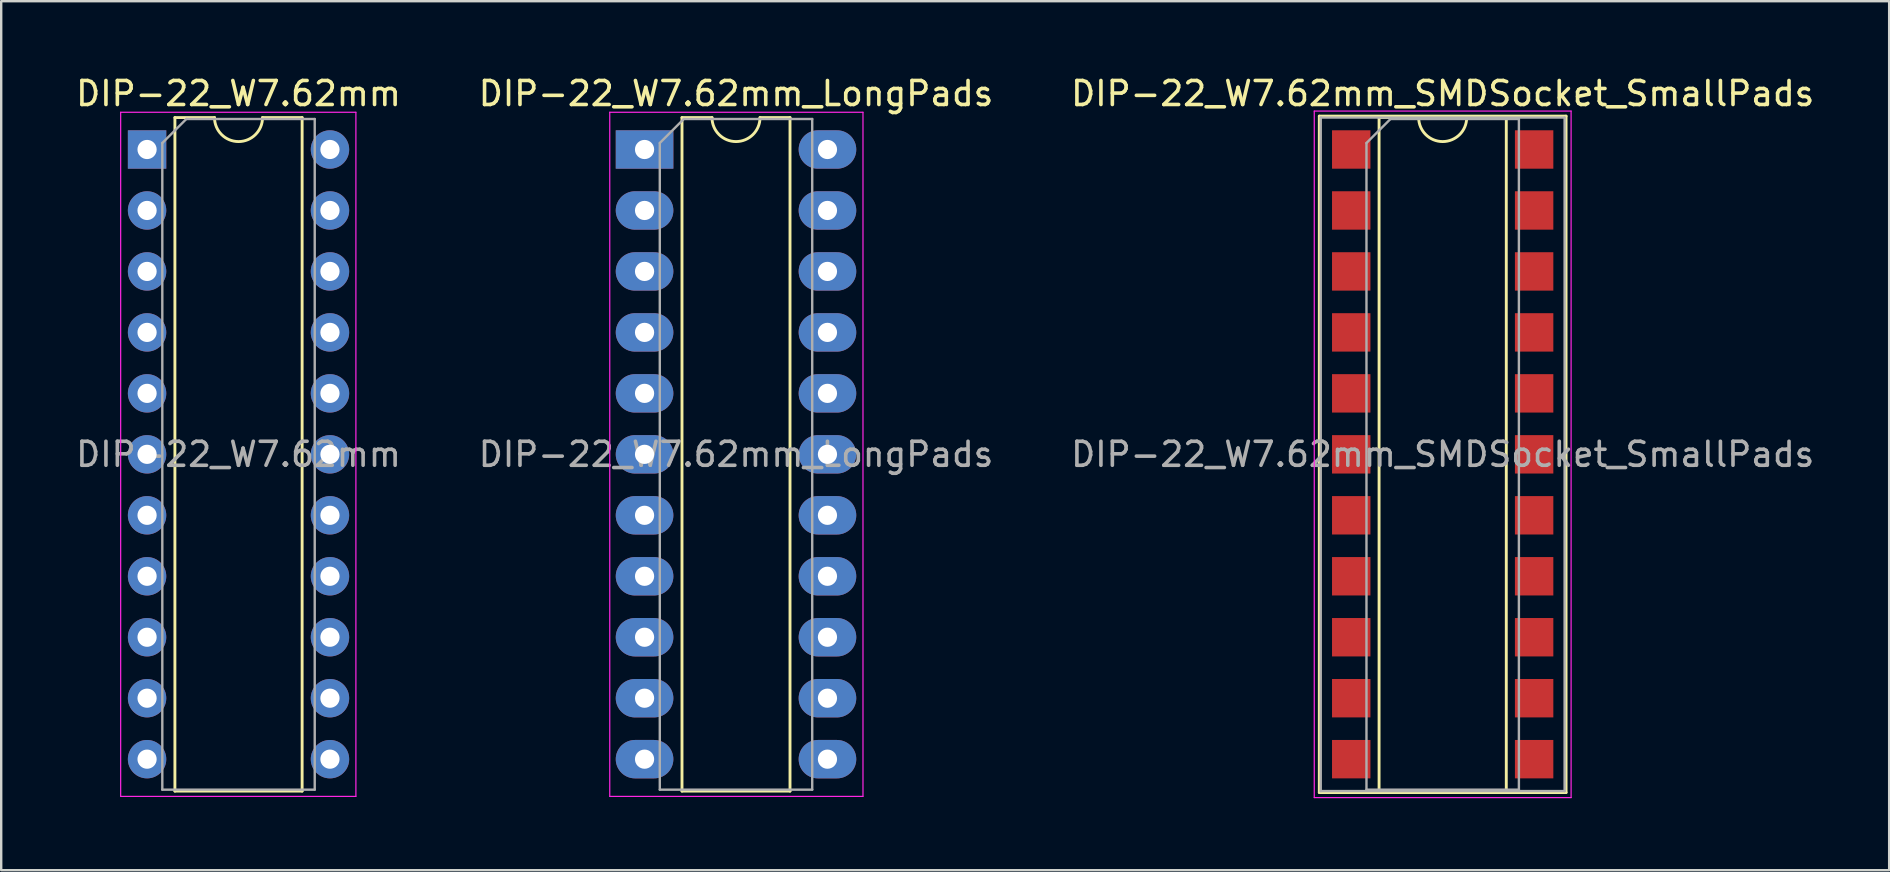
<source format=kicad_pcb>
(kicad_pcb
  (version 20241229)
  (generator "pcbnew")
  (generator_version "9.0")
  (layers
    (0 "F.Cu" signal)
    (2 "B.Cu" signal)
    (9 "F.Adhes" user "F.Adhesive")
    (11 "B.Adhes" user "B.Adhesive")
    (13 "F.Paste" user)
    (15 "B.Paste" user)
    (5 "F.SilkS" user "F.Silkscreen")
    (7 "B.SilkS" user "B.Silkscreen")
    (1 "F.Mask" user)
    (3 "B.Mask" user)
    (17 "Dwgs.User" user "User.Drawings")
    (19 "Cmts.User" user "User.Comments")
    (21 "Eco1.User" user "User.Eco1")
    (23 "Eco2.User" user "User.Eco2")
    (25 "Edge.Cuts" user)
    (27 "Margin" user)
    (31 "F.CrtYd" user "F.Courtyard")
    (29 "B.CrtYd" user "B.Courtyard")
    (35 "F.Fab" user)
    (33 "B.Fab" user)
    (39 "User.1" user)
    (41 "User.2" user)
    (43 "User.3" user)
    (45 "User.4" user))
  (footprint "DIP-22_W7.62mm_LongPads"
    (layer "F.Cu")
    (at 23.803 3.178)
    (property "Reference" "DIP-22_W7.62mm_LongPads" (at 3.81 -2.33 0) (layer "F.SilkS") (effects (font (size 1 1) (thickness 0.15))))
    (attr through_hole)
    (fp_line (start 1.56 -1.33) (end 1.56 26.73) (stroke (width 0.12) (type solid)) (layer "F.SilkS"))
    (fp_line (start 1.56 26.73) (end 6.06 26.73) (stroke (width 0.12) (type solid)) (layer "F.SilkS"))
    (fp_line (start 2.81 -1.33) (end 1.56 -1.33) (stroke (width 0.12) (type solid)) (layer "F.SilkS"))
    (fp_line (start 6.06 -1.33) (end 4.81 -1.33) (stroke (width 0.12) (type solid)) (layer "F.SilkS"))
    (fp_line (start 6.06 26.73) (end 6.06 -1.33) (stroke (width 0.12) (type solid)) (layer "F.SilkS"))
    (fp_arc (start 4.81 -1.33) (mid 3.81 -0.33) (end 2.81 -1.33) (stroke (width 0.12) (type solid)) (layer "F.SilkS"))
    (fp_line (start -1.45 -1.55) (end -1.45 26.95) (stroke (width 0.05) (type solid)) (layer "F.CrtYd"))
    (fp_line (start -1.45 26.95) (end 9.1 26.95) (stroke (width 0.05) (type solid)) (layer "F.CrtYd"))
    (fp_line (start 9.1 -1.55) (end -1.45 -1.55) (stroke (width 0.05) (type solid)) (layer "F.CrtYd"))
    (fp_line (start 9.1 26.95) (end 9.1 -1.55) (stroke (width 0.05) (type solid)) (layer "F.CrtYd"))
    (fp_line (start 0.635 -0.27) (end 1.635 -1.27) (stroke (width 0.1) (type solid)) (layer "F.Fab"))
    (fp_line (start 0.635 26.67) (end 0.635 -0.27) (stroke (width 0.1) (type solid)) (layer "F.Fab"))
    (fp_line (start 1.635 -1.27) (end 6.985 -1.27) (stroke (width 0.1) (type solid)) (layer "F.Fab"))
    (fp_line (start 6.985 -1.27) (end 6.985 26.67) (stroke (width 0.1) (type solid)) (layer "F.Fab"))
    (fp_line (start 6.985 26.67) (end 0.635 26.67) (stroke (width 0.1) (type solid)) (layer "F.Fab"))
    (fp_text user "${REFERENCE}" (at 3.81 12.7 0) (layer "F.Fab") (effects (font (size 1 1) (thickness 0.15))))
    (pad "1" thru_hole rect (at 0 0) (size 2.4 1.6) (drill 0.8) (layers "*.Cu" "*.Mask"))
    (pad "2" thru_hole oval (at 0 2.54) (size 2.4 1.6) (drill 0.8) (layers "*.Cu" "*.Mask"))
    (pad "3" thru_hole oval (at 0 5.08) (size 2.4 1.6) (drill 0.8) (layers "*.Cu" "*.Mask"))
    (pad "4" thru_hole oval (at 0 7.62) (size 2.4 1.6) (drill 0.8) (layers "*.Cu" "*.Mask"))
    (pad "5" thru_hole oval (at 0 10.16) (size 2.4 1.6) (drill 0.8) (layers "*.Cu" "*.Mask"))
    (pad "6" thru_hole oval (at 0 12.7) (size 2.4 1.6) (drill 0.8) (layers "*.Cu" "*.Mask"))
    (pad "7" thru_hole oval (at 0 15.24) (size 2.4 1.6) (drill 0.8) (layers "*.Cu" "*.Mask"))
    (pad "8" thru_hole oval (at 0 17.78) (size 2.4 1.6) (drill 0.8) (layers "*.Cu" "*.Mask"))
    (pad "9" thru_hole oval (at 0 20.32) (size 2.4 1.6) (drill 0.8) (layers "*.Cu" "*.Mask"))
    (pad "10" thru_hole oval (at 0 22.86) (size 2.4 1.6) (drill 0.8) (layers "*.Cu" "*.Mask"))
    (pad "11" thru_hole oval (at 0 25.4) (size 2.4 1.6) (drill 0.8) (layers "*.Cu" "*.Mask"))
    (pad "12" thru_hole oval (at 7.62 25.4) (size 2.4 1.6) (drill 0.8) (layers "*.Cu" "*.Mask"))
    (pad "13" thru_hole oval (at 7.62 22.86) (size 2.4 1.6) (drill 0.8) (layers "*.Cu" "*.Mask"))
    (pad "14" thru_hole oval (at 7.62 20.32) (size 2.4 1.6) (drill 0.8) (layers "*.Cu" "*.Mask"))
    (pad "15" thru_hole oval (at 7.62 17.78) (size 2.4 1.6) (drill 0.8) (layers "*.Cu" "*.Mask"))
    (pad "16" thru_hole oval (at 7.62 15.24) (size 2.4 1.6) (drill 0.8) (layers "*.Cu" "*.Mask"))
    (pad "17" thru_hole oval (at 7.62 12.7) (size 2.4 1.6) (drill 0.8) (layers "*.Cu" "*.Mask"))
    (pad "18" thru_hole oval (at 7.62 10.16) (size 2.4 1.6) (drill 0.8) (layers "*.Cu" "*.Mask"))
    (pad "19" thru_hole oval (at 7.62 7.62) (size 2.4 1.6) (drill 0.8) (layers "*.Cu" "*.Mask"))
    (pad "20" thru_hole oval (at 7.62 5.08) (size 2.4 1.6) (drill 0.8) (layers "*.Cu" "*.Mask"))
    (pad "21" thru_hole oval (at 7.62 2.54) (size 2.4 1.6) (drill 0.8) (layers "*.Cu" "*.Mask"))
    (pad "22" thru_hole oval (at 7.62 0) (size 2.4 1.6) (drill 0.8) (layers "*.Cu" "*.Mask")))
  (footprint "DIP-22_W7.62mm"
    (layer "F.Cu")
    (at 3.077 3.178)
    (property "Reference" "DIP-22_W7.62mm" (at 3.81 -2.33 0) (layer "F.SilkS") (effects (font (size 1 1) (thickness 0.15))))
    (attr through_hole)
    (fp_line (start 1.16 -1.33) (end 1.16 26.73) (stroke (width 0.12) (type solid)) (layer "F.SilkS"))
    (fp_line (start 1.16 26.73) (end 6.46 26.73) (stroke (width 0.12) (type solid)) (layer "F.SilkS"))
    (fp_line (start 2.81 -1.33) (end 1.16 -1.33) (stroke (width 0.12) (type solid)) (layer "F.SilkS"))
    (fp_line (start 6.46 -1.33) (end 4.81 -1.33) (stroke (width 0.12) (type solid)) (layer "F.SilkS"))
    (fp_line (start 6.46 26.73) (end 6.46 -1.33) (stroke (width 0.12) (type solid)) (layer "F.SilkS"))
    (fp_arc (start 4.81 -1.33) (mid 3.81 -0.33) (end 2.81 -1.33) (stroke (width 0.12) (type solid)) (layer "F.SilkS"))
    (fp_line (start -1.1 -1.55) (end -1.1 26.95) (stroke (width 0.05) (type solid)) (layer "F.CrtYd"))
    (fp_line (start -1.1 26.95) (end 8.7 26.95) (stroke (width 0.05) (type solid)) (layer "F.CrtYd"))
    (fp_line (start 8.7 -1.55) (end -1.1 -1.55) (stroke (width 0.05) (type solid)) (layer "F.CrtYd"))
    (fp_line (start 8.7 26.95) (end 8.7 -1.55) (stroke (width 0.05) (type solid)) (layer "F.CrtYd"))
    (fp_line (start 0.635 -0.27) (end 1.635 -1.27) (stroke (width 0.1) (type solid)) (layer "F.Fab"))
    (fp_line (start 0.635 26.67) (end 0.635 -0.27) (stroke (width 0.1) (type solid)) (layer "F.Fab"))
    (fp_line (start 1.635 -1.27) (end 6.985 -1.27) (stroke (width 0.1) (type solid)) (layer "F.Fab"))
    (fp_line (start 6.985 -1.27) (end 6.985 26.67) (stroke (width 0.1) (type solid)) (layer "F.Fab"))
    (fp_line (start 6.985 26.67) (end 0.635 26.67) (stroke (width 0.1) (type solid)) (layer "F.Fab"))
    (fp_text user "${REFERENCE}" (at 3.81 12.7 0) (layer "F.Fab") (effects (font (size 1 1) (thickness 0.15))))
    (pad "1" thru_hole rect (at 0 0) (size 1.6 1.6) (drill 0.8) (layers "*.Cu" "*.Mask"))
    (pad "2" thru_hole oval (at 0 2.54) (size 1.6 1.6) (drill 0.8) (layers "*.Cu" "*.Mask"))
    (pad "3" thru_hole oval (at 0 5.08) (size 1.6 1.6) (drill 0.8) (layers "*.Cu" "*.Mask"))
    (pad "4" thru_hole oval (at 0 7.62) (size 1.6 1.6) (drill 0.8) (layers "*.Cu" "*.Mask"))
    (pad "5" thru_hole oval (at 0 10.16) (size 1.6 1.6) (drill 0.8) (layers "*.Cu" "*.Mask"))
    (pad "6" thru_hole oval (at 0 12.7) (size 1.6 1.6) (drill 0.8) (layers "*.Cu" "*.Mask"))
    (pad "7" thru_hole oval (at 0 15.24) (size 1.6 1.6) (drill 0.8) (layers "*.Cu" "*.Mask"))
    (pad "8" thru_hole oval (at 0 17.78) (size 1.6 1.6) (drill 0.8) (layers "*.Cu" "*.Mask"))
    (pad "9" thru_hole oval (at 0 20.32) (size 1.6 1.6) (drill 0.8) (layers "*.Cu" "*.Mask"))
    (pad "10" thru_hole oval (at 0 22.86) (size 1.6 1.6) (drill 0.8) (layers "*.Cu" "*.Mask"))
    (pad "11" thru_hole oval (at 0 25.4) (size 1.6 1.6) (drill 0.8) (layers "*.Cu" "*.Mask"))
    (pad "12" thru_hole oval (at 7.62 25.4) (size 1.6 1.6) (drill 0.8) (layers "*.Cu" "*.Mask"))
    (pad "13" thru_hole oval (at 7.62 22.86) (size 1.6 1.6) (drill 0.8) (layers "*.Cu" "*.Mask"))
    (pad "14" thru_hole oval (at 7.62 20.32) (size 1.6 1.6) (drill 0.8) (layers "*.Cu" "*.Mask"))
    (pad "15" thru_hole oval (at 7.62 17.78) (size 1.6 1.6) (drill 0.8) (layers "*.Cu" "*.Mask"))
    (pad "16" thru_hole oval (at 7.62 15.24) (size 1.6 1.6) (drill 0.8) (layers "*.Cu" "*.Mask"))
    (pad "17" thru_hole oval (at 7.62 12.7) (size 1.6 1.6) (drill 0.8) (layers "*.Cu" "*.Mask"))
    (pad "18" thru_hole oval (at 7.62 10.16) (size 1.6 1.6) (drill 0.8) (layers "*.Cu" "*.Mask"))
    (pad "19" thru_hole oval (at 7.62 7.62) (size 1.6 1.6) (drill 0.8) (layers "*.Cu" "*.Mask"))
    (pad "20" thru_hole oval (at 7.62 5.08) (size 1.6 1.6) (drill 0.8) (layers "*.Cu" "*.Mask"))
    (pad "21" thru_hole oval (at 7.62 2.54) (size 1.6 1.6) (drill 0.8) (layers "*.Cu" "*.Mask"))
    (pad "22" thru_hole oval (at 7.62 0) (size 1.6 1.6) (drill 0.8) (layers "*.Cu" "*.Mask")))
  (footprint "DIP-22_W7.62mm_SMDSocket_SmallPads"
    (layer "F.Cu")
    (at 57.054 15.878)
    (property "Reference" "DIP-22_W7.62mm_SMDSocket_SmallPads" (at 0 -15.03 0) (layer "F.SilkS") (effects (font (size 1 1) (thickness 0.15))))
    (attr smd)
    (fp_line (start -5.14 -14.09) (end -5.14 14.09) (stroke (width 0.12) (type solid)) (layer "F.SilkS"))
    (fp_line (start -5.14 14.09) (end 5.14 14.09) (stroke (width 0.12) (type solid)) (layer "F.SilkS"))
    (fp_line (start -2.65 -14.03) (end -2.65 14.03) (stroke (width 0.12) (type solid)) (layer "F.SilkS"))
    (fp_line (start -2.65 14.03) (end 2.65 14.03) (stroke (width 0.12) (type solid)) (layer "F.SilkS"))
    (fp_line (start -1 -14.03) (end -2.65 -14.03) (stroke (width 0.12) (type solid)) (layer "F.SilkS"))
    (fp_line (start 2.65 -14.03) (end 1 -14.03) (stroke (width 0.12) (type solid)) (layer "F.SilkS"))
    (fp_line (start 2.65 14.03) (end 2.65 -14.03) (stroke (width 0.12) (type solid)) (layer "F.SilkS"))
    (fp_line (start 5.14 -14.09) (end -5.14 -14.09) (stroke (width 0.12) (type solid)) (layer "F.SilkS"))
    (fp_line (start 5.14 14.09) (end 5.14 -14.09) (stroke (width 0.12) (type solid)) (layer "F.SilkS"))
    (fp_arc (start 1 -14.03) (mid 0 -13.03) (end -1 -14.03) (stroke (width 0.12) (type solid)) (layer "F.SilkS"))
    (fp_line (start -5.35 -14.3) (end -5.35 14.3) (stroke (width 0.05) (type solid)) (layer "F.CrtYd"))
    (fp_line (start -5.35 14.3) (end 5.35 14.3) (stroke (width 0.05) (type solid)) (layer "F.CrtYd"))
    (fp_line (start 5.35 -14.3) (end -5.35 -14.3) (stroke (width 0.05) (type solid)) (layer "F.CrtYd"))
    (fp_line (start 5.35 14.3) (end 5.35 -14.3) (stroke (width 0.05) (type solid)) (layer "F.CrtYd"))
    (fp_line (start -5.08 -14.03) (end -5.08 14.03) (stroke (width 0.1) (type solid)) (layer "F.Fab"))
    (fp_line (start -5.08 14.03) (end 5.08 14.03) (stroke (width 0.1) (type solid)) (layer "F.Fab"))
    (fp_line (start -3.175 -12.97) (end -2.175 -13.97) (stroke (width 0.1) (type solid)) (layer "F.Fab"))
    (fp_line (start -3.175 13.97) (end -3.175 -12.97) (stroke (width 0.1) (type solid)) (layer "F.Fab"))
    (fp_line (start -2.175 -13.97) (end 3.175 -13.97) (stroke (width 0.1) (type solid)) (layer "F.Fab"))
    (fp_line (start 3.175 -13.97) (end 3.175 13.97) (stroke (width 0.1) (type solid)) (layer "F.Fab"))
    (fp_line (start 3.175 13.97) (end -3.175 13.97) (stroke (width 0.1) (type solid)) (layer "F.Fab"))
    (fp_line (start 5.08 -14.03) (end -5.08 -14.03) (stroke (width 0.1) (type solid)) (layer "F.Fab"))
    (fp_line (start 5.08 14.03) (end 5.08 -14.03) (stroke (width 0.1) (type solid)) (layer "F.Fab"))
    (fp_text user "${REFERENCE}" (at 0 0 0) (layer "F.Fab") (effects (font (size 1 1) (thickness 0.15))))
    (pad "1" smd rect (at -3.81 -12.7) (size 1.6 1.6) (layers "F.Cu" "F.Mask" "F.Paste"))
    (pad "2" smd rect (at -3.81 -10.16) (size 1.6 1.6) (layers "F.Cu" "F.Mask" "F.Paste"))
    (pad "3" smd rect (at -3.81 -7.62) (size 1.6 1.6) (layers "F.Cu" "F.Mask" "F.Paste"))
    (pad "4" smd rect (at -3.81 -5.08) (size 1.6 1.6) (layers "F.Cu" "F.Mask" "F.Paste"))
    (pad "5" smd rect (at -3.81 -2.54) (size 1.6 1.6) (layers "F.Cu" "F.Mask" "F.Paste"))
    (pad "6" smd rect (at -3.81 0) (size 1.6 1.6) (layers "F.Cu" "F.Mask" "F.Paste"))
    (pad "7" smd rect (at -3.81 2.54) (size 1.6 1.6) (layers "F.Cu" "F.Mask" "F.Paste"))
    (pad "8" smd rect (at -3.81 5.08) (size 1.6 1.6) (layers "F.Cu" "F.Mask" "F.Paste"))
    (pad "9" smd rect (at -3.81 7.62) (size 1.6 1.6) (layers "F.Cu" "F.Mask" "F.Paste"))
    (pad "10" smd rect (at -3.81 10.16) (size 1.6 1.6) (layers "F.Cu" "F.Mask" "F.Paste"))
    (pad "11" smd rect (at -3.81 12.7) (size 1.6 1.6) (layers "F.Cu" "F.Mask" "F.Paste"))
    (pad "12" smd rect (at 3.81 12.7) (size 1.6 1.6) (layers "F.Cu" "F.Mask" "F.Paste"))
    (pad "13" smd rect (at 3.81 10.16) (size 1.6 1.6) (layers "F.Cu" "F.Mask" "F.Paste"))
    (pad "14" smd rect (at 3.81 7.62) (size 1.6 1.6) (layers "F.Cu" "F.Mask" "F.Paste"))
    (pad "15" smd rect (at 3.81 5.08) (size 1.6 1.6) (layers "F.Cu" "F.Mask" "F.Paste"))
    (pad "16" smd rect (at 3.81 2.54) (size 1.6 1.6) (layers "F.Cu" "F.Mask" "F.Paste"))
    (pad "17" smd rect (at 3.81 0) (size 1.6 1.6) (layers "F.Cu" "F.Mask" "F.Paste"))
    (pad "18" smd rect (at 3.81 -2.54) (size 1.6 1.6) (layers "F.Cu" "F.Mask" "F.Paste"))
    (pad "19" smd rect (at 3.81 -5.08) (size 1.6 1.6) (layers "F.Cu" "F.Mask" "F.Paste"))
    (pad "20" smd rect (at 3.81 -7.62) (size 1.6 1.6) (layers "F.Cu" "F.Mask" "F.Paste"))
    (pad "21" smd rect (at 3.81 -10.16) (size 1.6 1.6) (layers "F.Cu" "F.Mask" "F.Paste"))
    (pad "22" smd rect (at 3.81 -12.7) (size 1.6 1.6) (layers "F.Cu" "F.Mask" "F.Paste")))
  (gr_rect
    (start -3 -3)
    (end 75.655 33.203)
    (stroke (width 0.1) (type default))
    (fill no)
    (layer "Edge.Cuts")))
</source>
